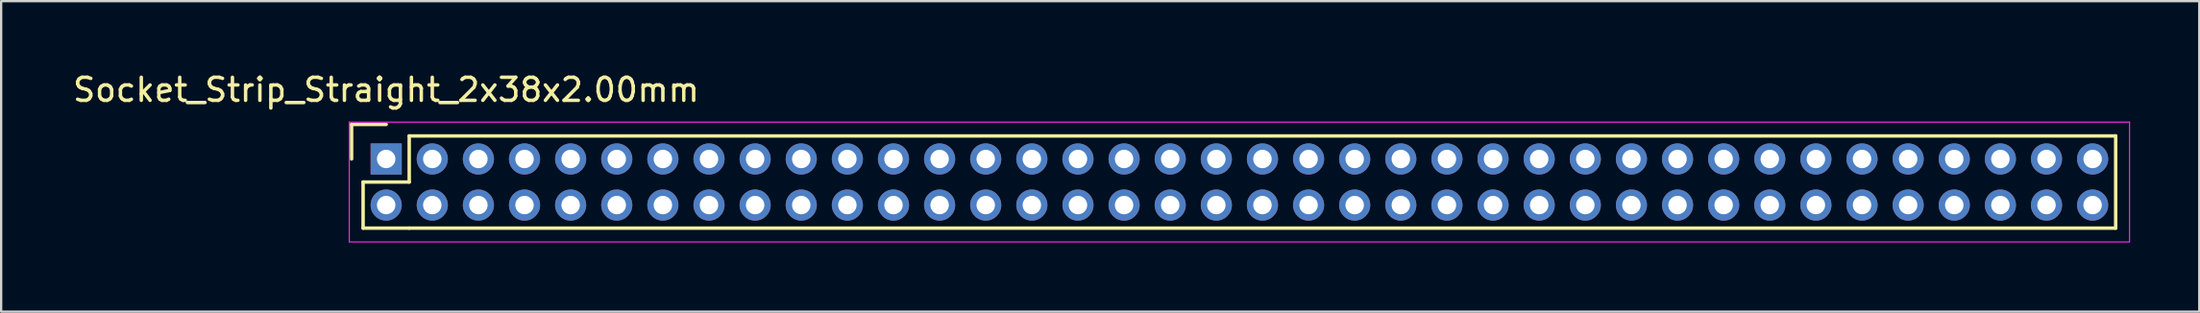
<source format=kicad_pcb>
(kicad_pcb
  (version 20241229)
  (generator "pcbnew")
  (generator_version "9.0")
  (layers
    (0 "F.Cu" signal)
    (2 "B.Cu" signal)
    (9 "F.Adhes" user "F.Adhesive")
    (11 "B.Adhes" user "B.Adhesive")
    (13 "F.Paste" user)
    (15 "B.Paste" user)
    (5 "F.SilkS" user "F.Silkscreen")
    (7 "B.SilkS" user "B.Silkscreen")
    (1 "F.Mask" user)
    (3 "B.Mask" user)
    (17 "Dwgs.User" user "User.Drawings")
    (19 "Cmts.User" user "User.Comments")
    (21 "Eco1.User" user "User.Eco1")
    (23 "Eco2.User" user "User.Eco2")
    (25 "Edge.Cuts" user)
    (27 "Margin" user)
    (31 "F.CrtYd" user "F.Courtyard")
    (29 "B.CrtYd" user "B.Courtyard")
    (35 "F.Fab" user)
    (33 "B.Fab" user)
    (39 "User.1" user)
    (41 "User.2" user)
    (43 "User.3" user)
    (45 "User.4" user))
  (footprint "Socket_Strip_Straight_2x38x2.00mm"
    (layer "F.Cu")
    (at 13.696 3.848)
    (property "Reference" "Socket_Strip_Straight_2x38x2.00mm" (at 0 -3 0) (layer "F.SilkS") (effects (font (size 1 1) (thickness 0.15))))
    (attr through_hole)
    (fp_line (start -1.5 -1.5) (end -1.5 0) (stroke (width 0.15) (type solid)) (layer "F.SilkS"))
    (fp_line (start -1 1) (end -1 3) (stroke (width 0.15) (type solid)) (layer "F.SilkS"))
    (fp_line (start -1 3) (end 1 3) (stroke (width 0.15) (type solid)) (layer "F.SilkS"))
    (fp_line (start 0 -1.5) (end -1.5 -1.5) (stroke (width 0.15) (type solid)) (layer "F.SilkS"))
    (fp_line (start 1 -1) (end 1 1) (stroke (width 0.15) (type solid)) (layer "F.SilkS"))
    (fp_line (start 1 1) (end -1 1) (stroke (width 0.15) (type solid)) (layer "F.SilkS"))
    (fp_line (start 1 3) (end 75 3) (stroke (width 0.15) (type solid)) (layer "F.SilkS"))
    (fp_line (start 75 -1) (end 1 -1) (stroke (width 0.15) (type solid)) (layer "F.SilkS"))
    (fp_line (start 75 3) (end 75 -1) (stroke (width 0.15) (type solid)) (layer "F.SilkS"))
    (fp_line (start -1.6 -1.6) (end -1.6 3.6) (stroke (width 0.05) (type solid)) (layer "F.CrtYd"))
    (fp_line (start -1.6 3.6) (end 75.6 3.6) (stroke (width 0.05) (type solid)) (layer "F.CrtYd"))
    (fp_line (start 75.6 -1.6) (end -1.6 -1.6) (stroke (width 0.05) (type solid)) (layer "F.CrtYd"))
    (fp_line (start 75.6 3.6) (end 75.6 -1.6) (stroke (width 0.05) (type solid)) (layer "F.CrtYd"))
    (pad "1" thru_hole rect (at 0 0) (size 1.35 1.35) (drill 0.8) (layers "*.Cu" "*.Mask"))
    (pad "2" thru_hole circle (at 0 2) (size 1.35 1.35) (drill 0.8) (layers "*.Cu" "*.Mask"))
    (pad "3" thru_hole circle (at 2 0) (size 1.35 1.35) (drill 0.8) (layers "*.Cu" "*.Mask"))
    (pad "4" thru_hole circle (at 2 2) (size 1.35 1.35) (drill 0.8) (layers "*.Cu" "*.Mask"))
    (pad "5" thru_hole circle (at 4 0) (size 1.35 1.35) (drill 0.8) (layers "*.Cu" "*.Mask"))
    (pad "6" thru_hole circle (at 4 2) (size 1.35 1.35) (drill 0.8) (layers "*.Cu" "*.Mask"))
    (pad "7" thru_hole circle (at 6 0) (size 1.35 1.35) (drill 0.8) (layers "*.Cu" "*.Mask"))
    (pad "8" thru_hole circle (at 6 2) (size 1.35 1.35) (drill 0.8) (layers "*.Cu" "*.Mask"))
    (pad "9" thru_hole circle (at 8 0) (size 1.35 1.35) (drill 0.8) (layers "*.Cu" "*.Mask"))
    (pad "10" thru_hole circle (at 8 2) (size 1.35 1.35) (drill 0.8) (layers "*.Cu" "*.Mask"))
    (pad "11" thru_hole circle (at 10 0) (size 1.35 1.35) (drill 0.8) (layers "*.Cu" "*.Mask"))
    (pad "12" thru_hole circle (at 10 2) (size 1.35 1.35) (drill 0.8) (layers "*.Cu" "*.Mask"))
    (pad "13" thru_hole circle (at 12 0) (size 1.35 1.35) (drill 0.8) (layers "*.Cu" "*.Mask"))
    (pad "14" thru_hole circle (at 12 2) (size 1.35 1.35) (drill 0.8) (layers "*.Cu" "*.Mask"))
    (pad "15" thru_hole circle (at 14 0) (size 1.35 1.35) (drill 0.8) (layers "*.Cu" "*.Mask"))
    (pad "16" thru_hole circle (at 14 2) (size 1.35 1.35) (drill 0.8) (layers "*.Cu" "*.Mask"))
    (pad "17" thru_hole circle (at 16 0) (size 1.35 1.35) (drill 0.8) (layers "*.Cu" "*.Mask"))
    (pad "18" thru_hole circle (at 16 2) (size 1.35 1.35) (drill 0.8) (layers "*.Cu" "*.Mask"))
    (pad "19" thru_hole circle (at 18 0) (size 1.35 1.35) (drill 0.8) (layers "*.Cu" "*.Mask"))
    (pad "20" thru_hole circle (at 18 2) (size 1.35 1.35) (drill 0.8) (layers "*.Cu" "*.Mask"))
    (pad "21" thru_hole circle (at 20 0) (size 1.35 1.35) (drill 0.8) (layers "*.Cu" "*.Mask"))
    (pad "22" thru_hole circle (at 20 2) (size 1.35 1.35) (drill 0.8) (layers "*.Cu" "*.Mask"))
    (pad "23" thru_hole circle (at 22 0) (size 1.35 1.35) (drill 0.8) (layers "*.Cu" "*.Mask"))
    (pad "24" thru_hole circle (at 22 2) (size 1.35 1.35) (drill 0.8) (layers "*.Cu" "*.Mask"))
    (pad "25" thru_hole circle (at 24 0) (size 1.35 1.35) (drill 0.8) (layers "*.Cu" "*.Mask"))
    (pad "26" thru_hole circle (at 24 2) (size 1.35 1.35) (drill 0.8) (layers "*.Cu" "*.Mask"))
    (pad "27" thru_hole circle (at 26 0) (size 1.35 1.35) (drill 0.8) (layers "*.Cu" "*.Mask"))
    (pad "28" thru_hole circle (at 26 2) (size 1.35 1.35) (drill 0.8) (layers "*.Cu" "*.Mask"))
    (pad "29" thru_hole circle (at 28 0) (size 1.35 1.35) (drill 0.8) (layers "*.Cu" "*.Mask"))
    (pad "30" thru_hole circle (at 28 2) (size 1.35 1.35) (drill 0.8) (layers "*.Cu" "*.Mask"))
    (pad "31" thru_hole circle (at 30 0) (size 1.35 1.35) (drill 0.8) (layers "*.Cu" "*.Mask"))
    (pad "32" thru_hole circle (at 30 2) (size 1.35 1.35) (drill 0.8) (layers "*.Cu" "*.Mask"))
    (pad "33" thru_hole circle (at 32 0) (size 1.35 1.35) (drill 0.8) (layers "*.Cu" "*.Mask"))
    (pad "34" thru_hole circle (at 32 2) (size 1.35 1.35) (drill 0.8) (layers "*.Cu" "*.Mask"))
    (pad "35" thru_hole circle (at 34 0) (size 1.35 1.35) (drill 0.8) (layers "*.Cu" "*.Mask"))
    (pad "36" thru_hole circle (at 34 2) (size 1.35 1.35) (drill 0.8) (layers "*.Cu" "*.Mask"))
    (pad "37" thru_hole circle (at 36 0) (size 1.35 1.35) (drill 0.8) (layers "*.Cu" "*.Mask"))
    (pad "38" thru_hole circle (at 36 2) (size 1.35 1.35) (drill 0.8) (layers "*.Cu" "*.Mask"))
    (pad "39" thru_hole circle (at 38 0) (size 1.35 1.35) (drill 0.8) (layers "*.Cu" "*.Mask"))
    (pad "40" thru_hole circle (at 38 2) (size 1.35 1.35) (drill 0.8) (layers "*.Cu" "*.Mask"))
    (pad "41" thru_hole circle (at 40 0) (size 1.35 1.35) (drill 0.8) (layers "*.Cu" "*.Mask"))
    (pad "42" thru_hole circle (at 40 2) (size 1.35 1.35) (drill 0.8) (layers "*.Cu" "*.Mask"))
    (pad "43" thru_hole circle (at 42 0) (size 1.35 1.35) (drill 0.8) (layers "*.Cu" "*.Mask"))
    (pad "44" thru_hole circle (at 42 2) (size 1.35 1.35) (drill 0.8) (layers "*.Cu" "*.Mask"))
    (pad "45" thru_hole circle (at 44 0) (size 1.35 1.35) (drill 0.8) (layers "*.Cu" "*.Mask"))
    (pad "46" thru_hole circle (at 44 2) (size 1.35 1.35) (drill 0.8) (layers "*.Cu" "*.Mask"))
    (pad "47" thru_hole circle (at 46 0) (size 1.35 1.35) (drill 0.8) (layers "*.Cu" "*.Mask"))
    (pad "48" thru_hole circle (at 46 2) (size 1.35 1.35) (drill 0.8) (layers "*.Cu" "*.Mask"))
    (pad "49" thru_hole circle (at 48 0) (size 1.35 1.35) (drill 0.8) (layers "*.Cu" "*.Mask"))
    (pad "50" thru_hole circle (at 48 2) (size 1.35 1.35) (drill 0.8) (layers "*.Cu" "*.Mask"))
    (pad "51" thru_hole circle (at 50 0) (size 1.35 1.35) (drill 0.8) (layers "*.Cu" "*.Mask"))
    (pad "52" thru_hole circle (at 50 2) (size 1.35 1.35) (drill 0.8) (layers "*.Cu" "*.Mask"))
    (pad "53" thru_hole circle (at 52 0) (size 1.35 1.35) (drill 0.8) (layers "*.Cu" "*.Mask"))
    (pad "54" thru_hole circle (at 52 2) (size 1.35 1.35) (drill 0.8) (layers "*.Cu" "*.Mask"))
    (pad "55" thru_hole circle (at 54 0) (size 1.35 1.35) (drill 0.8) (layers "*.Cu" "*.Mask"))
    (pad "56" thru_hole circle (at 54 2) (size 1.35 1.35) (drill 0.8) (layers "*.Cu" "*.Mask"))
    (pad "57" thru_hole circle (at 56 0) (size 1.35 1.35) (drill 0.8) (layers "*.Cu" "*.Mask"))
    (pad "58" thru_hole circle (at 56 2) (size 1.35 1.35) (drill 0.8) (layers "*.Cu" "*.Mask"))
    (pad "59" thru_hole circle (at 58 0) (size 1.35 1.35) (drill 0.8) (layers "*.Cu" "*.Mask"))
    (pad "60" thru_hole circle (at 58 2) (size 1.35 1.35) (drill 0.8) (layers "*.Cu" "*.Mask"))
    (pad "61" thru_hole circle (at 60 0) (size 1.35 1.35) (drill 0.8) (layers "*.Cu" "*.Mask"))
    (pad "62" thru_hole circle (at 60 2) (size 1.35 1.35) (drill 0.8) (layers "*.Cu" "*.Mask"))
    (pad "63" thru_hole circle (at 62 0) (size 1.35 1.35) (drill 0.8) (layers "*.Cu" "*.Mask"))
    (pad "64" thru_hole circle (at 62 2) (size 1.35 1.35) (drill 0.8) (layers "*.Cu" "*.Mask"))
    (pad "65" thru_hole circle (at 64 0) (size 1.35 1.35) (drill 0.8) (layers "*.Cu" "*.Mask"))
    (pad "66" thru_hole circle (at 64 2) (size 1.35 1.35) (drill 0.8) (layers "*.Cu" "*.Mask"))
    (pad "67" thru_hole circle (at 66 0) (size 1.35 1.35) (drill 0.8) (layers "*.Cu" "*.Mask"))
    (pad "68" thru_hole circle (at 66 2) (size 1.35 1.35) (drill 0.8) (layers "*.Cu" "*.Mask"))
    (pad "69" thru_hole circle (at 68 0) (size 1.35 1.35) (drill 0.8) (layers "*.Cu" "*.Mask"))
    (pad "70" thru_hole circle (at 68 2) (size 1.35 1.35) (drill 0.8) (layers "*.Cu" "*.Mask"))
    (pad "71" thru_hole circle (at 70 0) (size 1.35 1.35) (drill 0.8) (layers "*.Cu" "*.Mask"))
    (pad "72" thru_hole circle (at 70 2) (size 1.35 1.35) (drill 0.8) (layers "*.Cu" "*.Mask"))
    (pad "73" thru_hole circle (at 72 0) (size 1.35 1.35) (drill 0.8) (layers "*.Cu" "*.Mask"))
    (pad "74" thru_hole circle (at 72 2) (size 1.35 1.35) (drill 0.8) (layers "*.Cu" "*.Mask"))
    (pad "75" thru_hole circle (at 74 0) (size 1.35 1.35) (drill 0.8) (layers "*.Cu" "*.Mask"))
    (pad "76" thru_hole circle (at 74 2) (size 1.35 1.35) (drill 0.8) (layers "*.Cu" "*.Mask")))
  (gr_rect
    (start -3 -3)
    (end 92.321 10.473)
    (stroke (width 0.1) (type default))
    (fill no)
    (layer "Edge.Cuts")))
</source>
